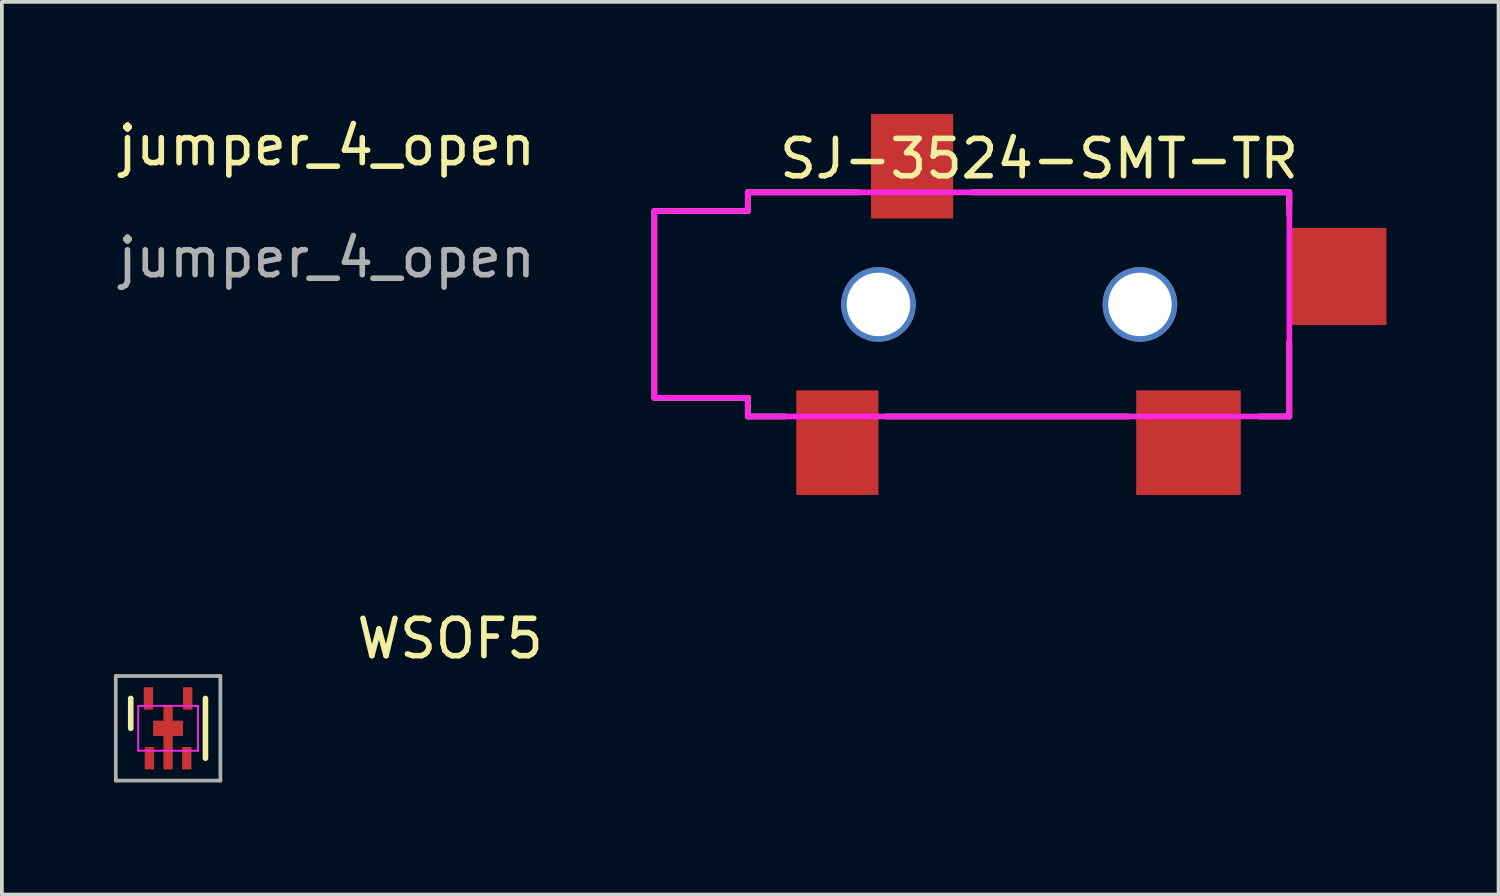
<source format=kicad_pcb>
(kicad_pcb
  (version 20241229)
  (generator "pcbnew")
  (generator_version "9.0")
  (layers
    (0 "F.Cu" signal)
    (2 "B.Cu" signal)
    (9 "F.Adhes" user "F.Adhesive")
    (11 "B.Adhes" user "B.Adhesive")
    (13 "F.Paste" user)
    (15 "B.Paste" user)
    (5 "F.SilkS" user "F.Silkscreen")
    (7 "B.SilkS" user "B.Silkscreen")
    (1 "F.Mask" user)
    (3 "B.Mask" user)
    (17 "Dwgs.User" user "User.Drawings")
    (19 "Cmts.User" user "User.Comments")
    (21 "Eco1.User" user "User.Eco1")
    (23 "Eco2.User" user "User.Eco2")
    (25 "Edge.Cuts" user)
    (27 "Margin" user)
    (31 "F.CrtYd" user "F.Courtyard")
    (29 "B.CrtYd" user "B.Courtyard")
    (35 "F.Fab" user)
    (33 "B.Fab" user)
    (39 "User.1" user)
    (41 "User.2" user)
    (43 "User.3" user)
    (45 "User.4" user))
  (footprint "jumper_4_open"
    (layer "F.Cu")
    (at 5.696 1.348)
    (property "Reference" "jumper_4_open" (at 0 -0.5 0) (unlocked yes) (layer "F.SilkS") (effects (font (size 1 1) (thickness 0.15))))
    (attr smd)
    (fp_text user "${REFERENCE}" (at 0 2.5 0) (unlocked yes) (layer "F.Fab") (effects (font (size 1 1) (thickness 0.15)))))
  (footprint "SJ-3524-SMT-TR"
    (layer "F.Cu")
    (at 16.968 5.1)
    (property "Reference" "SJ-3524-SMT-TR" (at 7.8 -3.9 0) (layer "F.SilkS") (effects (font (size 1 1) (thickness 0.15))))
    (attr smd)
    (fp_line (start -2.5 -2.5) (end -2.5 2.5) (stroke (width 0.15) (type solid)) (layer "F.SilkS"))
    (fp_line (start -2.5 2.5) (end 0 2.5) (stroke (width 0.15) (type solid)) (layer "F.SilkS"))
    (fp_line (start 0 -2.5) (end -2.5 -2.5) (stroke (width 0.15) (type solid)) (layer "F.SilkS"))
    (fp_line (start 0 -2.5) (end 0 -3) (stroke (width 0.15) (type solid)) (layer "F.SilkS"))
    (fp_line (start 0 2.5) (end 0 3) (stroke (width 0.15) (type solid)) (layer "F.SilkS"))
    (fp_line (start 0 3) (end 1 3) (stroke (width 0.15) (type solid)) (layer "F.SilkS"))
    (fp_line (start 3 -3) (end 0 -3) (stroke (width 0.15) (type solid)) (layer "F.SilkS"))
    (fp_line (start 3.7 3) (end 10.2 3) (stroke (width 0.15) (type solid)) (layer "F.SilkS"))
    (fp_line (start 6 -3) (end 14.5 -3) (stroke (width 0.15) (type solid)) (layer "F.SilkS"))
    (fp_line (start 14.5 -2.8) (end 14.5 -2.4) (stroke (width 0.15) (type solid)) (layer "F.SilkS"))
    (fp_line (start 14.5 -2.7) (end 14.5 -3) (stroke (width 0.15) (type solid)) (layer "F.SilkS"))
    (fp_line (start 14.5 3) (end 13.7 3) (stroke (width 0.15) (type solid)) (layer "F.SilkS"))
    (fp_line (start 14.5 3) (end 14.5 1) (stroke (width 0.15) (type solid)) (layer "F.SilkS"))
    (fp_line (start -2.5 -2.5) (end 0 -2.5) (stroke (width 0.15) (type solid)) (layer "F.CrtYd"))
    (fp_line (start -2.5 2.5) (end -2.5 -2.5) (stroke (width 0.15) (type solid)) (layer "F.CrtYd"))
    (fp_line (start 0 -3) (end 0 -2.5) (stroke (width 0.15) (type solid)) (layer "F.CrtYd"))
    (fp_line (start 0 -3) (end 14.5 -3) (stroke (width 0.15) (type solid)) (layer "F.CrtYd"))
    (fp_line (start 0 2.5) (end -2.5 2.5) (stroke (width 0.15) (type solid)) (layer "F.CrtYd"))
    (fp_line (start 0 3) (end 0 2.5) (stroke (width 0.15) (type solid)) (layer "F.CrtYd"))
    (fp_line (start 14.5 -3) (end 14.5 3) (stroke (width 0.15) (type solid)) (layer "F.CrtYd"))
    (fp_line (start 14.5 3) (end 0 3) (stroke (width 0.15) (type solid)) (layer "F.CrtYd"))
    (pad "" np_thru_hole circle (at 3.5 0) (size 2 2) (drill 1.7) (layers "*.Cu" "*.Mask"))
    (pad "" np_thru_hole circle (at 10.5 0) (size 2 2) (drill 1.7) (layers "*.Cu" "*.Mask"))
    (pad "R" smd rect (at 11.8 3.7) (size 2.8 2.8) (layers "F.Cu" "F.Mask" "F.Paste"))
    (pad "S" smd rect (at 4.4 -3.7) (size 2.2 2.8) (layers "F.Cu" "F.Mask" "F.Paste"))
    (pad "T" smd rect (at 2.4 3.7) (size 2.2 2.8) (layers "F.Cu" "F.Mask" "F.Paste"))
    (pad "TN" smd rect (at 15.8 -0.75) (size 2.6 2.6) (layers "F.Cu" "F.Mask" "F.Paste")))
  (footprint "WSOF5"
    (layer "F.Cu")
    (at 1.45 16.448)
    (property "Reference" "WSOF5" (at 7.55 -2.4 0) (layer "F.SilkS") (effects (font (size 1 1) (thickness 0.15))))
    (attr smd)
    (fp_line (start -1 -0.8) (end -1 0) (stroke (width 0.15) (type solid)) (layer "F.SilkS"))
    (fp_line (start 1 -0.8) (end 1 0.8) (stroke (width 0.15) (type solid)) (layer "F.SilkS"))
    (fp_line (start -0.8 -0.6) (end -0.8 0.6) (stroke (width 0.05) (type solid)) (layer "F.CrtYd"))
    (fp_line (start -0.8 0.6) (end 0.8 0.6) (stroke (width 0.05) (type solid)) (layer "F.CrtYd"))
    (fp_line (start 0.8 -0.6) (end -0.8 -0.6) (stroke (width 0.05) (type solid)) (layer "F.CrtYd"))
    (fp_line (start 0.8 0.6) (end 0.8 -0.6) (stroke (width 0.05) (type solid)) (layer "F.CrtYd"))
    (fp_line (start -1.4 -1.4) (end 1.4 -1.4) (stroke (width 0.1) (type solid)) (layer "F.Fab"))
    (fp_line (start -1.4 1.4) (end -1.4 -1.4) (stroke (width 0.1) (type solid)) (layer "F.Fab"))
    (fp_line (start 1.4 -1.4) (end 1.4 1.4) (stroke (width 0.1) (type solid)) (layer "F.Fab"))
    (fp_line (start 1.4 1.4) (end -1.4 1.4) (stroke (width 0.1) (type solid)) (layer "F.Fab"))
    (pad "1" smd rect (at -0.5 0.8) (size 0.25 0.6) (layers "F.Cu" "F.Mask" "F.Paste"))
    (pad "2" smd rect (at 0 -0.3) (size 0.25 0.6) (layers "F.Cu" "F.Mask" "F.Paste"))
    (pad "2" smd rect (at 0 0) (size 0.8 0.41) (layers "F.Cu" "F.Mask" "F.Paste"))
    (pad "2" smd rect (at 0 0.2) (size 0.25 0.6) (layers "F.Cu" "F.Mask" "F.Paste"))
    (pad "2" smd rect (at 0 0.8) (size 0.25 0.6) (layers "F.Cu" "F.Mask" "F.Paste"))
    (pad "3" smd rect (at 0.5 0.8) (size 0.25 0.6) (layers "F.Cu" "F.Mask" "F.Paste"))
    (pad "4" smd rect (at 0.525 -0.8) (size 0.25 0.6) (layers "F.Cu" "F.Mask" "F.Paste"))
    (pad "5" smd rect (at -0.525 -0.8) (size 0.25 0.6) (layers "F.Cu" "F.Mask" "F.Paste")))
  (gr_rect
    (start -3 -3)
    (end 37.068 20.898)
    (stroke (width 0.1) (type default))
    (fill no)
    (layer "Edge.Cuts")))
</source>
